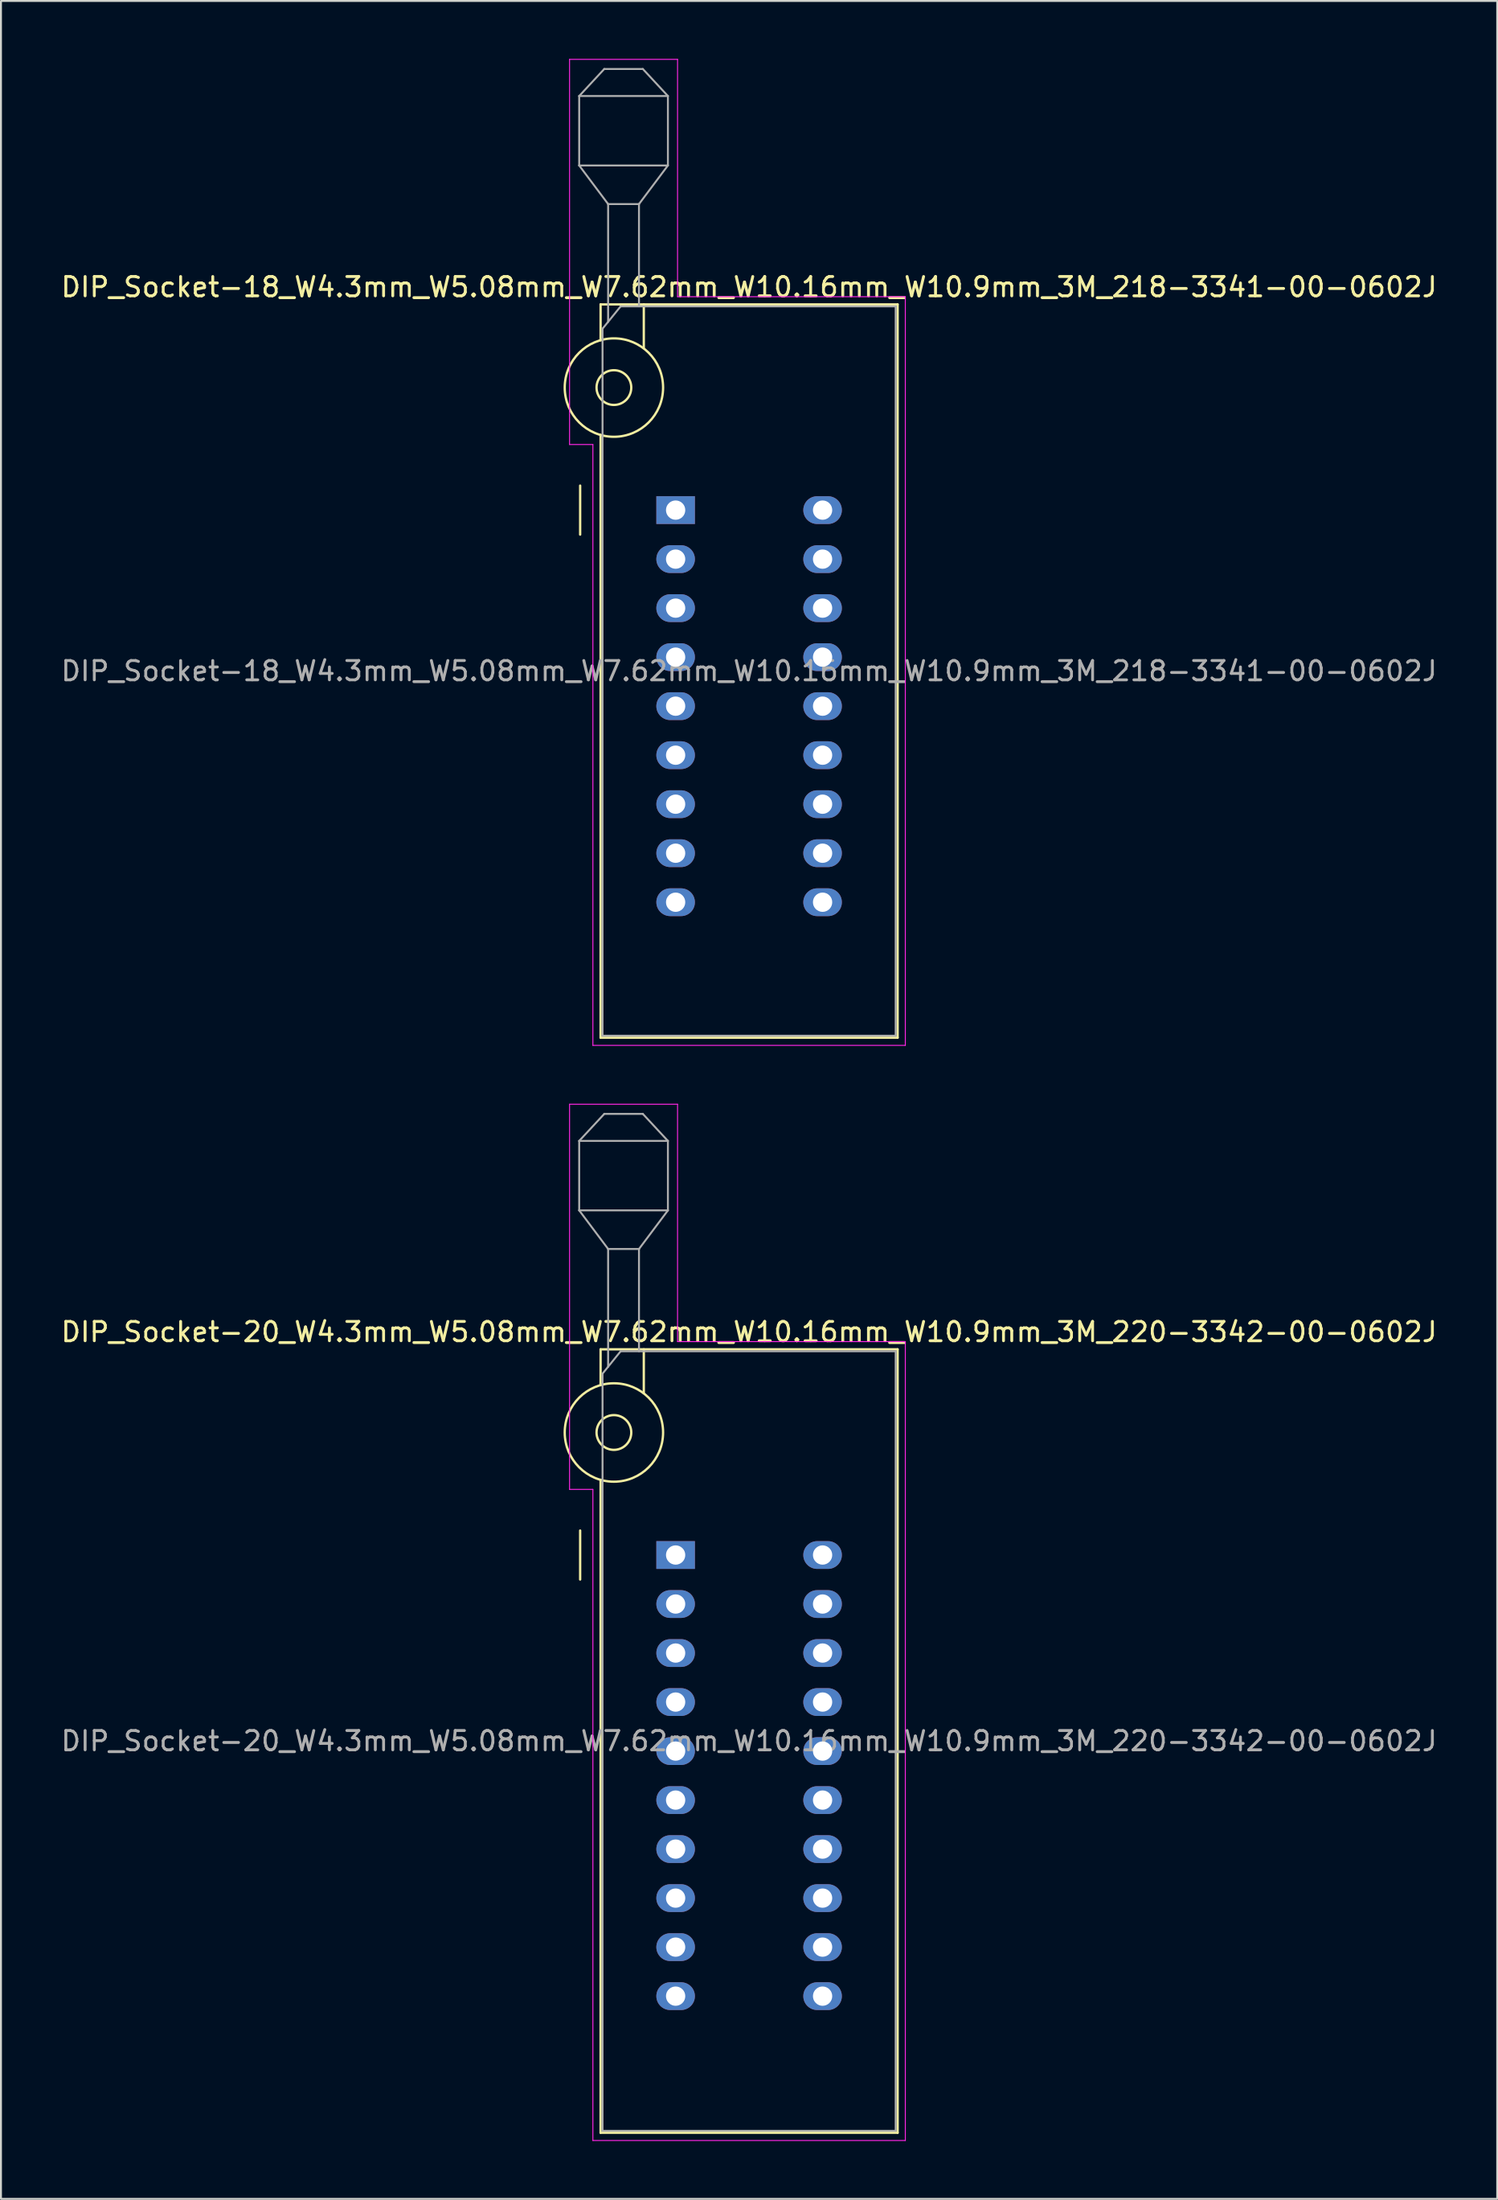
<source format=kicad_pcb>
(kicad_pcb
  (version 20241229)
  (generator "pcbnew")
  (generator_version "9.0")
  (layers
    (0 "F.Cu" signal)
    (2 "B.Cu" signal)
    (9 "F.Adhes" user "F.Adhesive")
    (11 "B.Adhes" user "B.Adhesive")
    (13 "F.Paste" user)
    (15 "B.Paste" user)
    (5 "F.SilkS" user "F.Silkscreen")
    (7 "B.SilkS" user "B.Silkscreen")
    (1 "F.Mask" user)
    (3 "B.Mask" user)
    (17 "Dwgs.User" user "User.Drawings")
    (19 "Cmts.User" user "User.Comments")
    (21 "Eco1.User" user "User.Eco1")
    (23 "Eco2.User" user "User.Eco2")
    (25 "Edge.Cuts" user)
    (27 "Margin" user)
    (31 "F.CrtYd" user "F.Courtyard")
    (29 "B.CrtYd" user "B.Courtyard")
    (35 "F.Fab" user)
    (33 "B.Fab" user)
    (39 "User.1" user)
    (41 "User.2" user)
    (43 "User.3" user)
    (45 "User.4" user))
  (footprint "DIP_Socket-18_W4.3mm_W5.08mm_W7.62mm_W10.16mm_W10.9mm_3M_218-3341-00-0602J"
    (layer "F.Cu")
    (at 31.982 23.385)
    (property "Reference" "DIP_Socket-18_W4.3mm_W5.08mm_W7.62mm_W10.16mm_W10.9mm_3M_218-3341-00-0602J" (at 3.81 -11.56 0) (layer "F.SilkS") (effects (font (size 1 1) (thickness 0.15))))
    (attr through_hole)
    (fp_line (start -4.95 1.27) (end -4.95 -1.27) (stroke (width 0.12) (type solid)) (layer "F.SilkS"))
    (fp_line (start -3.89 -10.66) (end -3.89 -8.8) (stroke (width 0.12) (type solid)) (layer "F.SilkS"))
    (fp_line (start -3.89 -3.9) (end -3.89 27.34) (stroke (width 0.12) (type solid)) (layer "F.SilkS"))
    (fp_line (start -3.89 27.34) (end 11.51 27.34) (stroke (width 0.12) (type solid)) (layer "F.SilkS"))
    (fp_line (start -1.65 -10.66) (end -1.65 -8.4) (stroke (width 0.12) (type solid)) (layer "F.SilkS"))
    (fp_line (start 11.51 -10.66) (end -3.89 -10.66) (stroke (width 0.12) (type solid)) (layer "F.SilkS"))
    (fp_line (start 11.51 27.34) (end 11.51 -10.66) (stroke (width 0.12) (type solid)) (layer "F.SilkS"))
    (fp_circle (center -3.2 -6.35) (end -2.3 -6.35) (stroke (width 0.12) (type solid)) (fill no) (layer "F.SilkS"))
    (fp_circle (center -3.2 -6.35) (end -0.65 -6.35) (stroke (width 0.12) (type solid)) (fill no) (layer "F.SilkS"))
    (fp_line (start -5.5 -23.36) (end 0.1 -23.36) (stroke (width 0.05) (type solid)) (layer "F.CrtYd"))
    (fp_line (start -5.5 -3.4) (end -5.5 -23.36) (stroke (width 0.05) (type solid)) (layer "F.CrtYd"))
    (fp_line (start -4.29 -3.4) (end -5.5 -3.4) (stroke (width 0.05) (type solid)) (layer "F.CrtYd"))
    (fp_line (start -4.29 27.74) (end -4.29 -3.4) (stroke (width 0.05) (type solid)) (layer "F.CrtYd"))
    (fp_line (start 0.1 -23.36) (end 0.1 -11.06) (stroke (width 0.05) (type solid)) (layer "F.CrtYd"))
    (fp_line (start 0.1 -11.06) (end 11.91 -11.06) (stroke (width 0.05) (type solid)) (layer "F.CrtYd"))
    (fp_line (start 11.91 -11.06) (end 11.91 27.74) (stroke (width 0.05) (type solid)) (layer "F.CrtYd"))
    (fp_line (start 11.91 27.74) (end -4.29 27.74) (stroke (width 0.05) (type solid)) (layer "F.CrtYd"))
    (fp_line (start -5 -21.46) (end -5 -17.86) (stroke (width 0.1) (type solid)) (layer "F.Fab"))
    (fp_line (start -5 -21.46) (end -3.7 -22.86) (stroke (width 0.1) (type solid)) (layer "F.Fab"))
    (fp_line (start -5 -17.86) (end -3.5 -15.86) (stroke (width 0.1) (type solid)) (layer "F.Fab"))
    (fp_line (start -5 -17.86) (end -0.4 -17.86) (stroke (width 0.1) (type solid)) (layer "F.Fab"))
    (fp_line (start -3.79 -9.4) (end -2.85 -10.56) (stroke (width 0.1) (type solid)) (layer "F.Fab"))
    (fp_line (start -3.79 27.24) (end -3.79 -9.4) (stroke (width 0.1) (type solid)) (layer "F.Fab"))
    (fp_line (start -3.7 -22.86) (end -1.7 -22.86) (stroke (width 0.1) (type solid)) (layer "F.Fab"))
    (fp_line (start -3.5 -15.86) (end -1.9 -15.86) (stroke (width 0.1) (type solid)) (layer "F.Fab"))
    (fp_line (start -3.5 -9.75) (end -3.5 -15.86) (stroke (width 0.1) (type solid)) (layer "F.Fab"))
    (fp_line (start -2.85 -10.56) (end 11.41 -10.56) (stroke (width 0.1) (type solid)) (layer "F.Fab"))
    (fp_line (start -1.9 -15.86) (end -1.9 -10.56) (stroke (width 0.1) (type solid)) (layer "F.Fab"))
    (fp_line (start -1.7 -22.86) (end -0.4 -21.46) (stroke (width 0.1) (type solid)) (layer "F.Fab"))
    (fp_line (start -0.4 -21.46) (end -5 -21.46) (stroke (width 0.1) (type solid)) (layer "F.Fab"))
    (fp_line (start -0.4 -17.86) (end -1.9 -15.86) (stroke (width 0.1) (type solid)) (layer "F.Fab"))
    (fp_line (start -0.4 -17.86) (end -0.4 -21.46) (stroke (width 0.1) (type solid)) (layer "F.Fab"))
    (fp_line (start 11.41 -10.56) (end 11.41 27.24) (stroke (width 0.1) (type solid)) (layer "F.Fab"))
    (fp_line (start 11.41 27.24) (end -3.79 27.24) (stroke (width 0.1) (type solid)) (layer "F.Fab"))
    (fp_text user "${REFERENCE}" (at 3.81 8.34 0) (layer "F.Fab") (effects (font (size 1 1) (thickness 0.15))))
    (pad "1" thru_hole rect (at 0 0) (size 2 1.44) (drill 1) (layers "*.Cu" "*.Mask"))
    (pad "2" thru_hole oval (at 0 2.54) (size 2 1.44) (drill 1) (layers "*.Cu" "*.Mask"))
    (pad "3" thru_hole oval (at 0 5.08) (size 2 1.44) (drill 1) (layers "*.Cu" "*.Mask"))
    (pad "4" thru_hole oval (at 0 7.62) (size 2 1.44) (drill 1) (layers "*.Cu" "*.Mask"))
    (pad "5" thru_hole oval (at 0 10.16) (size 2 1.44) (drill 1) (layers "*.Cu" "*.Mask"))
    (pad "6" thru_hole oval (at 0 12.7) (size 2 1.44) (drill 1) (layers "*.Cu" "*.Mask"))
    (pad "7" thru_hole oval (at 0 15.24) (size 2 1.44) (drill 1) (layers "*.Cu" "*.Mask"))
    (pad "8" thru_hole oval (at 0 17.78) (size 2 1.44) (drill 1) (layers "*.Cu" "*.Mask"))
    (pad "9" thru_hole oval (at 0 20.32) (size 2 1.44) (drill 1) (layers "*.Cu" "*.Mask"))
    (pad "10" thru_hole oval (at 7.62 20.32) (size 2 1.44) (drill 1) (layers "*.Cu" "*.Mask"))
    (pad "11" thru_hole oval (at 7.62 17.78) (size 2 1.44) (drill 1) (layers "*.Cu" "*.Mask"))
    (pad "12" thru_hole oval (at 7.62 15.24) (size 2 1.44) (drill 1) (layers "*.Cu" "*.Mask"))
    (pad "13" thru_hole oval (at 7.62 12.7) (size 2 1.44) (drill 1) (layers "*.Cu" "*.Mask"))
    (pad "14" thru_hole oval (at 7.62 10.16) (size 2 1.44) (drill 1) (layers "*.Cu" "*.Mask"))
    (pad "15" thru_hole oval (at 7.62 7.62) (size 2 1.44) (drill 1) (layers "*.Cu" "*.Mask"))
    (pad "16" thru_hole oval (at 7.62 5.08) (size 2 1.44) (drill 1) (layers "*.Cu" "*.Mask"))
    (pad "17" thru_hole oval (at 7.62 2.54) (size 2 1.44) (drill 1) (layers "*.Cu" "*.Mask"))
    (pad "18" thru_hole oval (at 7.62 0) (size 2 1.44) (drill 1) (layers "*.Cu" "*.Mask")))
  (footprint "DIP_Socket-20_W4.3mm_W5.08mm_W7.62mm_W10.16mm_W10.9mm_3M_220-3342-00-0602J"
    (layer "F.Cu")
    (at 31.982 77.535)
    (property "Reference" "DIP_Socket-20_W4.3mm_W5.08mm_W7.62mm_W10.16mm_W10.9mm_3M_220-3342-00-0602J" (at 3.81 -11.56 0) (layer "F.SilkS") (effects (font (size 1 1) (thickness 0.15))))
    (attr through_hole)
    (fp_line (start -4.95 1.27) (end -4.95 -1.27) (stroke (width 0.12) (type solid)) (layer "F.SilkS"))
    (fp_line (start -3.89 -10.66) (end -3.89 -8.8) (stroke (width 0.12) (type solid)) (layer "F.SilkS"))
    (fp_line (start -3.89 -3.9) (end -3.89 29.94) (stroke (width 0.12) (type solid)) (layer "F.SilkS"))
    (fp_line (start -3.89 29.94) (end 11.51 29.94) (stroke (width 0.12) (type solid)) (layer "F.SilkS"))
    (fp_line (start -1.65 -10.66) (end -1.65 -8.4) (stroke (width 0.12) (type solid)) (layer "F.SilkS"))
    (fp_line (start 11.51 -10.66) (end -3.89 -10.66) (stroke (width 0.12) (type solid)) (layer "F.SilkS"))
    (fp_line (start 11.51 29.94) (end 11.51 -10.66) (stroke (width 0.12) (type solid)) (layer "F.SilkS"))
    (fp_circle (center -3.2 -6.35) (end -2.3 -6.35) (stroke (width 0.12) (type solid)) (fill no) (layer "F.SilkS"))
    (fp_circle (center -3.2 -6.35) (end -0.65 -6.35) (stroke (width 0.12) (type solid)) (fill no) (layer "F.SilkS"))
    (fp_line (start -5.5 -23.36) (end 0.1 -23.36) (stroke (width 0.05) (type solid)) (layer "F.CrtYd"))
    (fp_line (start -5.5 -3.4) (end -5.5 -23.36) (stroke (width 0.05) (type solid)) (layer "F.CrtYd"))
    (fp_line (start -4.29 -3.4) (end -5.5 -3.4) (stroke (width 0.05) (type solid)) (layer "F.CrtYd"))
    (fp_line (start -4.29 30.34) (end -4.29 -3.4) (stroke (width 0.05) (type solid)) (layer "F.CrtYd"))
    (fp_line (start 0.1 -23.36) (end 0.1 -11.06) (stroke (width 0.05) (type solid)) (layer "F.CrtYd"))
    (fp_line (start 0.1 -11.06) (end 11.91 -11.06) (stroke (width 0.05) (type solid)) (layer "F.CrtYd"))
    (fp_line (start 11.91 -11.06) (end 11.91 30.34) (stroke (width 0.05) (type solid)) (layer "F.CrtYd"))
    (fp_line (start 11.91 30.34) (end -4.29 30.34) (stroke (width 0.05) (type solid)) (layer "F.CrtYd"))
    (fp_line (start -5 -21.46) (end -5 -17.86) (stroke (width 0.1) (type solid)) (layer "F.Fab"))
    (fp_line (start -5 -21.46) (end -3.7 -22.86) (stroke (width 0.1) (type solid)) (layer "F.Fab"))
    (fp_line (start -5 -17.86) (end -3.5 -15.86) (stroke (width 0.1) (type solid)) (layer "F.Fab"))
    (fp_line (start -5 -17.86) (end -0.4 -17.86) (stroke (width 0.1) (type solid)) (layer "F.Fab"))
    (fp_line (start -3.79 -9.4) (end -2.85 -10.56) (stroke (width 0.1) (type solid)) (layer "F.Fab"))
    (fp_line (start -3.79 29.84) (end -3.79 -9.4) (stroke (width 0.1) (type solid)) (layer "F.Fab"))
    (fp_line (start -3.7 -22.86) (end -1.7 -22.86) (stroke (width 0.1) (type solid)) (layer "F.Fab"))
    (fp_line (start -3.5 -15.86) (end -1.9 -15.86) (stroke (width 0.1) (type solid)) (layer "F.Fab"))
    (fp_line (start -3.5 -9.75) (end -3.5 -15.86) (stroke (width 0.1) (type solid)) (layer "F.Fab"))
    (fp_line (start -2.85 -10.56) (end 11.41 -10.56) (stroke (width 0.1) (type solid)) (layer "F.Fab"))
    (fp_line (start -1.9 -15.86) (end -1.9 -10.56) (stroke (width 0.1) (type solid)) (layer "F.Fab"))
    (fp_line (start -1.7 -22.86) (end -0.4 -21.46) (stroke (width 0.1) (type solid)) (layer "F.Fab"))
    (fp_line (start -0.4 -21.46) (end -5 -21.46) (stroke (width 0.1) (type solid)) (layer "F.Fab"))
    (fp_line (start -0.4 -17.86) (end -1.9 -15.86) (stroke (width 0.1) (type solid)) (layer "F.Fab"))
    (fp_line (start -0.4 -17.86) (end -0.4 -21.46) (stroke (width 0.1) (type solid)) (layer "F.Fab"))
    (fp_line (start 11.41 -10.56) (end 11.41 29.84) (stroke (width 0.1) (type solid)) (layer "F.Fab"))
    (fp_line (start 11.41 29.84) (end -3.79 29.84) (stroke (width 0.1) (type solid)) (layer "F.Fab"))
    (fp_text user "${REFERENCE}" (at 3.81 9.64 0) (layer "F.Fab") (effects (font (size 1 1) (thickness 0.15))))
    (pad "1" thru_hole rect (at 0 0) (size 2 1.44) (drill 1) (layers "*.Cu" "*.Mask"))
    (pad "2" thru_hole oval (at 0 2.54) (size 2 1.44) (drill 1) (layers "*.Cu" "*.Mask"))
    (pad "3" thru_hole oval (at 0 5.08) (size 2 1.44) (drill 1) (layers "*.Cu" "*.Mask"))
    (pad "4" thru_hole oval (at 0 7.62) (size 2 1.44) (drill 1) (layers "*.Cu" "*.Mask"))
    (pad "5" thru_hole oval (at 0 10.16) (size 2 1.44) (drill 1) (layers "*.Cu" "*.Mask"))
    (pad "6" thru_hole oval (at 0 12.7) (size 2 1.44) (drill 1) (layers "*.Cu" "*.Mask"))
    (pad "7" thru_hole oval (at 0 15.24) (size 2 1.44) (drill 1) (layers "*.Cu" "*.Mask"))
    (pad "8" thru_hole oval (at 0 17.78) (size 2 1.44) (drill 1) (layers "*.Cu" "*.Mask"))
    (pad "9" thru_hole oval (at 0 20.32) (size 2 1.44) (drill 1) (layers "*.Cu" "*.Mask"))
    (pad "10" thru_hole oval (at 0 22.86) (size 2 1.44) (drill 1) (layers "*.Cu" "*.Mask"))
    (pad "11" thru_hole oval (at 7.62 22.86) (size 2 1.44) (drill 1) (layers "*.Cu" "*.Mask"))
    (pad "12" thru_hole oval (at 7.62 20.32) (size 2 1.44) (drill 1) (layers "*.Cu" "*.Mask"))
    (pad "13" thru_hole oval (at 7.62 17.78) (size 2 1.44) (drill 1) (layers "*.Cu" "*.Mask"))
    (pad "14" thru_hole oval (at 7.62 15.24) (size 2 1.44) (drill 1) (layers "*.Cu" "*.Mask"))
    (pad "15" thru_hole oval (at 7.62 12.7) (size 2 1.44) (drill 1) (layers "*.Cu" "*.Mask"))
    (pad "16" thru_hole oval (at 7.62 10.16) (size 2 1.44) (drill 1) (layers "*.Cu" "*.Mask"))
    (pad "17" thru_hole oval (at 7.62 7.62) (size 2 1.44) (drill 1) (layers "*.Cu" "*.Mask"))
    (pad "18" thru_hole oval (at 7.62 5.08) (size 2 1.44) (drill 1) (layers "*.Cu" "*.Mask"))
    (pad "19" thru_hole oval (at 7.62 2.54) (size 2 1.44) (drill 1) (layers "*.Cu" "*.Mask"))
    (pad "20" thru_hole oval (at 7.62 0) (size 2 1.44) (drill 1) (layers "*.Cu" "*.Mask")))
  (gr_rect
    (start -3 -3)
    (end 74.583 110.9)
    (stroke (width 0.1) (type default))
    (fill no)
    (layer "Edge.Cuts")))
</source>
